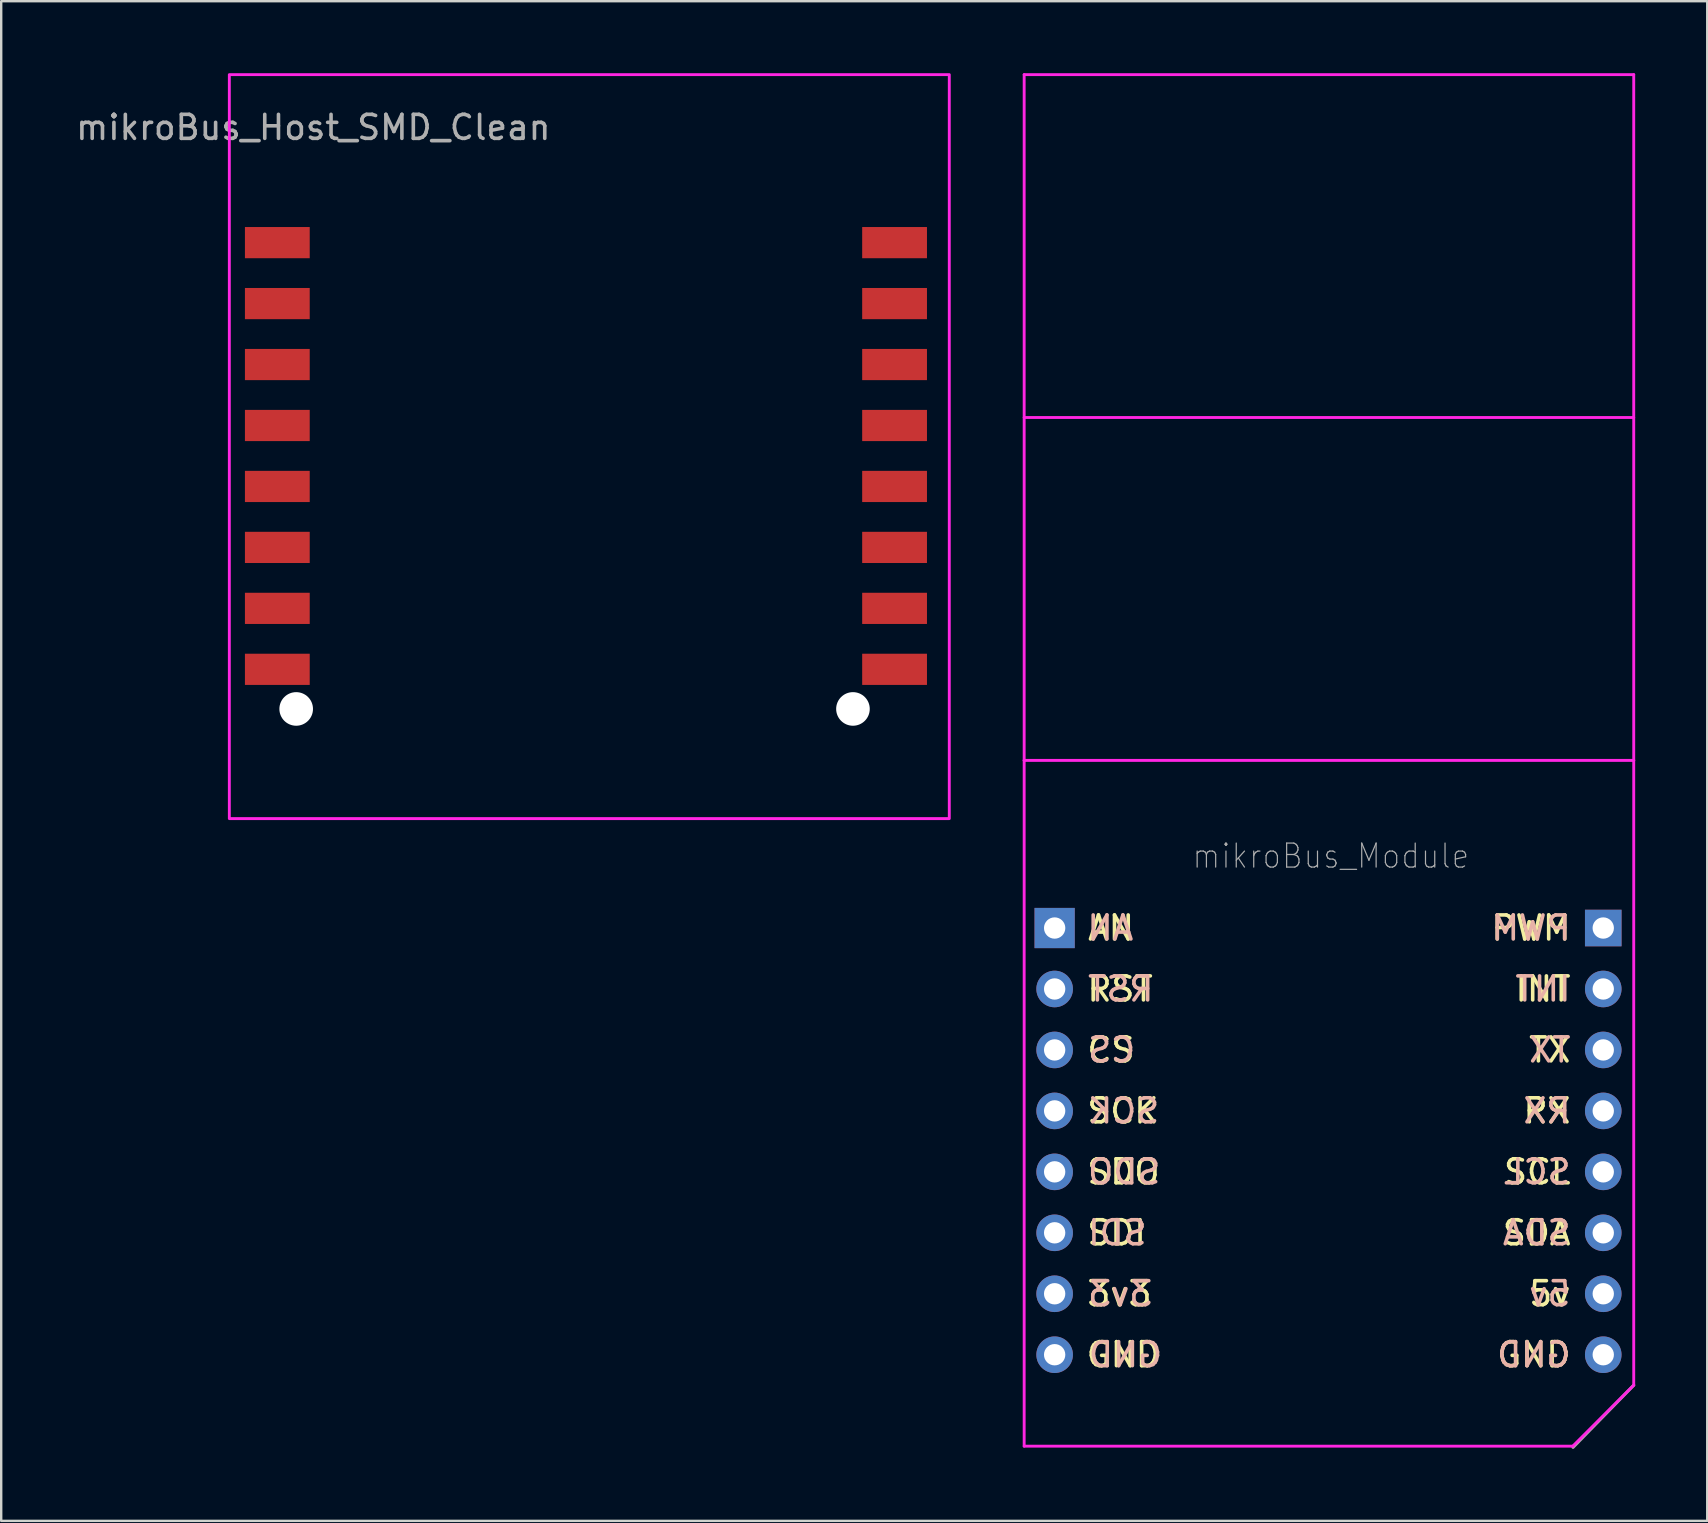
<source format=kicad_pcb>
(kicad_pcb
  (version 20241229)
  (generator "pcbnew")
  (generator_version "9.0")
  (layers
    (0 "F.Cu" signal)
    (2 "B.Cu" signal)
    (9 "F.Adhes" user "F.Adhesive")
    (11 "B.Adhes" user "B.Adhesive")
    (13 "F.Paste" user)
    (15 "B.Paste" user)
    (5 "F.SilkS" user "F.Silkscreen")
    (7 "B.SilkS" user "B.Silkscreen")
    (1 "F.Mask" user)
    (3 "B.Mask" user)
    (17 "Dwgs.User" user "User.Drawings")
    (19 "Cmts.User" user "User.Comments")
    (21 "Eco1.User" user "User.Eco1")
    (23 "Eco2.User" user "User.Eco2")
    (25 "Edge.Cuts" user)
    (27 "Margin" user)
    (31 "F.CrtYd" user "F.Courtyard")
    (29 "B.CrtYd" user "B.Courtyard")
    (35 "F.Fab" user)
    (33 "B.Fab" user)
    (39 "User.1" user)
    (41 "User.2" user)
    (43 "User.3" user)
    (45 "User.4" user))
  (footprint "mikroBus_Host_SMD_Clean"
    (layer "F.Cu")
    (at 8.506 7.06)
    (property "Reference" "mikroBus_Host_SMD_Clean" (at 1.5 -4.8 0) (layer "F.Fab") (effects (font (size 1 1) (thickness 0.15))))
    (attr smd)
    (fp_rect (start -2 -7) (end 28 24) (stroke (width 0.12) (type solid)) (fill no) (layer "F.CrtYd"))
    (pad "" np_thru_hole circle (at 0.786 19.431) (size 1.4 1.4) (drill 1.4) (layers "*.Cu" "*.Mask"))
    (pad "" np_thru_hole circle (at 23.986 19.431) (size 1.4 1.4) (drill 1.4) (layers "*.Cu" "*.Mask"))
    (pad "1" smd rect (at 0 0) (size 2.7 1.3) (layers "F.Cu" "F.Mask" "F.Paste"))
    (pad "2" smd rect (at 0 2.54) (size 2.7 1.3) (layers "F.Cu" "F.Mask" "F.Paste"))
    (pad "3" smd rect (at 0 5.08) (size 2.7 1.3) (layers "F.Cu" "F.Mask" "F.Paste"))
    (pad "4" smd rect (at 0 7.62) (size 2.7 1.3) (layers "F.Cu" "F.Mask" "F.Paste"))
    (pad "5" smd rect (at 0 10.16) (size 2.7 1.3) (layers "F.Cu" "F.Mask" "F.Paste"))
    (pad "6" smd rect (at 0 12.7) (size 2.7 1.3) (layers "F.Cu" "F.Mask" "F.Paste"))
    (pad "7" smd rect (at 0 15.24) (size 2.7 1.3) (layers "F.Cu" "F.Mask" "F.Paste"))
    (pad "8" smd rect (at 0 17.78) (size 2.7 1.3) (layers "F.Cu" "F.Mask" "F.Paste"))
    (pad "9" smd rect (at 25.72 17.78) (size 2.7 1.3) (layers "F.Cu" "F.Mask" "F.Paste"))
    (pad "10" smd rect (at 25.72 15.24) (size 2.7 1.3) (layers "F.Cu" "F.Mask" "F.Paste"))
    (pad "11" smd rect (at 25.72 12.7) (size 2.7 1.3) (layers "F.Cu" "F.Mask" "F.Paste"))
    (pad "12" smd rect (at 25.72 10.16) (size 2.7 1.3) (layers "F.Cu" "F.Mask" "F.Paste"))
    (pad "13" smd rect (at 25.72 7.62) (size 2.7 1.3) (layers "F.Cu" "F.Mask" "F.Paste"))
    (pad "14" smd rect (at 25.72 5.08) (size 2.7 1.3) (layers "F.Cu" "F.Mask" "F.Paste"))
    (pad "15" smd rect (at 25.72 2.54) (size 2.7 1.3) (layers "F.Cu" "F.Mask" "F.Paste"))
    (pad "16" smd rect (at 25.72 0) (size 2.7 1.3) (layers "F.Cu" "F.Mask" "F.Paste")))
  (footprint "mikroBus_Module"
    (layer "F.Cu")
    (at 40.896 35.62)
    (property "Reference" "mikroBus_Module" (at 11.51 -3 0) (layer "F.Fab") (effects (font (size 1 0.9) (thickness 0.05))))
    (attr through_hole)
    (fp_line (start -1.27 -35.56) (end -1.27 -6.985) (stroke (width 0.12) (type solid)) (layer "F.CrtYd"))
    (fp_line (start -1.27 -35.56) (end 24.13 -35.56) (stroke (width 0.12) (type solid)) (layer "F.CrtYd"))
    (fp_line (start -1.27 -21.273) (end 24.13 -21.273) (stroke (width 0.12) (type solid)) (layer "F.CrtYd"))
    (fp_line (start -1.27 -6.985) (end 24.13 -6.985) (stroke (width 0.12) (type solid)) (layer "F.CrtYd"))
    (fp_line (start -1.27 21.59) (end -1.27 -6.985) (stroke (width 0.12) (type solid)) (layer "F.CrtYd"))
    (fp_line (start 21.59 21.59) (end -1.27 21.59) (stroke (width 0.12) (type solid)) (layer "F.CrtYd"))
    (fp_line (start 24.13 -35.56) (end 24.13 -6.985) (stroke (width 0.12) (type solid)) (layer "F.CrtYd"))
    (fp_line (start 24.13 -6.985) (end 24.13 19.05) (stroke (width 0.12) (type solid)) (layer "F.CrtYd"))
    (fp_line (start 24.13 19.05) (end 21.59 21.59) (stroke (width 0.12) (type solid)) (layer "F.CrtYd"))
    (fp_line (start 24.13 19.05) (end 21.6 21.64) (stroke (width 0.127) (type solid)) (layer "F.Fab"))
    (fp_text user "RX" (at 21.59 7.62 0) (layer "F.SilkS") (effects (font (size 1 1) (thickness 0.15)) (justify right)))
    (fp_text user "GND" (at 1.24 17.78 0) (layer "F.SilkS") (effects (font (size 1 1) (thickness 0.15)) (justify left)))
    (fp_text user "SCL" (at 21.59 10.16 0) (layer "F.SilkS") (effects (font (size 1 1) (thickness 0.15)) (justify right)))
    (fp_text user "SDA" (at 21.59 12.7 0) (layer "F.SilkS") (effects (font (size 1 1) (thickness 0.15)) (justify right)))
    (fp_text user "PWM" (at 21.59 0 0) (layer "F.SilkS") (effects (font (size 1 1) (thickness 0.15)) (justify right)))
    (fp_text user "GND" (at 21.59 17.78 0) (layer "F.SilkS") (effects (font (size 1 1) (thickness 0.15)) (justify right)))
    (fp_text user "SDO" (at 1.27 10.16 0) (layer "F.SilkS") (effects (font (size 1 1) (thickness 0.15)) (justify left)))
    (fp_text user "TX" (at 21.59 5.08 0) (layer "F.SilkS") (effects (font (size 1 1) (thickness 0.15)) (justify right)))
    (fp_text user "RST" (at 1.27 2.54 0) (layer "F.SilkS") (effects (font (size 1 1) (thickness 0.15)) (justify left)))
    (fp_text user "SCK" (at 1.27 7.62 0) (layer "F.SilkS") (effects (font (size 1 1) (thickness 0.15)) (justify left)))
    (fp_text user "3v3" (at 1.27 15.24 0) (layer "F.SilkS") (effects (font (size 1 1) (thickness 0.15)) (justify left)))
    (fp_text user "INT" (at 21.59 2.54 0) (layer "F.SilkS") (effects (font (size 1 1) (thickness 0.15)) (justify right)))
    (fp_text user "SDI" (at 1.27 12.7 0) (layer "F.SilkS") (effects (font (size 1 1) (thickness 0.15)) (justify left)))
    (fp_text user "CS" (at 1.27 5.08 0) (layer "F.SilkS") (effects (font (size 1 1) (thickness 0.15)) (justify left)))
    (fp_text user "AN" (at 1.3 0 0) (layer "F.SilkS") (effects (font (size 1 1) (thickness 0.15)) (justify left)))
    (fp_text user "5v" (at 21.59 15.24 0) (layer "F.SilkS") (effects (font (size 1 1) (thickness 0.15)) (justify right)))
    (fp_text user "5v" (at 21.59 15.24 0) (layer "B.SilkS") (effects (font (size 1 1) (thickness 0.15)) (justify left mirror)))
    (fp_text user "SDO" (at 1.3 10.16 0) (layer "B.SilkS") (effects (font (size 1 1) (thickness 0.15)) (justify right mirror)))
    (fp_text user "PWM" (at 21.59 0 0) (layer "B.SilkS") (effects (font (size 1 1) (thickness 0.15)) (justify left mirror)))
    (fp_text user "TX" (at 21.59 5.08 0) (layer "B.SilkS") (effects (font (size 1 1) (thickness 0.15)) (justify left mirror)))
    (fp_text user "RST" (at 1.3 2.54 0) (layer "B.SilkS") (effects (font (size 1 1) (thickness 0.15)) (justify right mirror)))
    (fp_text user "RX" (at 21.59 7.62 0) (layer "B.SilkS") (effects (font (size 1 1) (thickness 0.15)) (justify left mirror)))
    (fp_text user "GND" (at 1.33 17.78 0) (layer "B.SilkS") (effects (font (size 1 1) (thickness 0.15)) (justify right mirror)))
    (fp_text user "3v3" (at 1.3 15.24 0) (layer "B.SilkS") (effects (font (size 1 1) (thickness 0.15)) (justify right mirror)))
    (fp_text user "SCL" (at 21.59 10.16 0) (layer "B.SilkS") (effects (font (size 1 1) (thickness 0.15)) (justify left mirror)))
    (fp_text user "GND" (at 21.59 17.78 0) (layer "B.SilkS") (effects (font (size 1 1) (thickness 0.15)) (justify left mirror)))
    (fp_text user "SCK" (at 1.3 7.62 0) (layer "B.SilkS") (effects (font (size 1 1) (thickness 0.15)) (justify right mirror)))
    (fp_text user "AN" (at 1.27 0 0) (layer "B.SilkS") (effects (font (size 1 1) (thickness 0.15)) (justify right mirror)))
    (fp_text user "SDI" (at 1.3 12.7 0) (layer "B.SilkS") (effects (font (size 1 1) (thickness 0.15)) (justify right mirror)))
    (fp_text user "CS" (at 1.3 5.08 0) (layer "B.SilkS") (effects (font (size 1 1) (thickness 0.15)) (justify right mirror)))
    (fp_text user "SDA" (at 21.59 12.7 0) (layer "B.SilkS") (effects (font (size 1 1) (thickness 0.15)) (justify left mirror)))
    (fp_text user "INT" (at 21.59 2.54 0) (layer "B.SilkS") (effects (font (size 1 1) (thickness 0.15)) (justify left mirror)))
    (pad "P1" thru_hole rect (at 0 0) (size 1.676 1.676) (drill 0.889) (layers "*.Cu" "*.Mask"))
    (pad "P2" thru_hole circle (at 0 2.54) (size 1.524 1.524) (drill 0.889) (layers "*.Cu" "*.Mask"))
    (pad "P3" thru_hole circle (at 0 5.08) (size 1.524 1.524) (drill 0.889) (layers "*.Cu" "*.Mask"))
    (pad "P4" thru_hole circle (at 0 7.62) (size 1.524 1.524) (drill 0.889) (layers "*.Cu" "*.Mask"))
    (pad "P5" thru_hole circle (at 0 10.16) (size 1.524 1.524) (drill 0.889) (layers "*.Cu" "*.Mask"))
    (pad "P6" thru_hole circle (at 0 12.7) (size 1.524 1.524) (drill 0.889) (layers "*.Cu" "*.Mask"))
    (pad "P7" thru_hole circle (at 0 15.24) (size 1.524 1.524) (drill 0.889) (layers "*.Cu" "*.Mask"))
    (pad "P8" thru_hole circle (at 0 17.78) (size 1.524 1.524) (drill 0.889) (layers "*.Cu" "*.Mask"))
    (pad "P9" thru_hole circle (at 22.86 17.78) (size 1.524 1.524) (drill 0.889) (layers "*.Cu" "*.Mask"))
    (pad "P10" thru_hole circle (at 22.86 15.24) (size 1.524 1.524) (drill 0.889) (layers "*.Cu" "*.Mask"))
    (pad "P11" thru_hole circle (at 22.86 12.7) (size 1.524 1.524) (drill 0.889) (layers "*.Cu" "*.Mask"))
    (pad "P12" thru_hole circle (at 22.86 10.16) (size 1.524 1.524) (drill 0.889) (layers "*.Cu" "*.Mask"))
    (pad "P13" thru_hole circle (at 22.86 7.62) (size 1.524 1.524) (drill 0.889) (layers "*.Cu" "*.Mask"))
    (pad "P14" thru_hole circle (at 22.86 5.08) (size 1.524 1.524) (drill 0.889) (layers "*.Cu" "*.Mask"))
    (pad "P15" thru_hole circle (at 22.86 2.54) (size 1.524 1.524) (drill 0.889) (layers "*.Cu" "*.Mask"))
    (pad "P16" thru_hole rect (at 22.86 0) (size 1.524 1.524) (drill 0.889) (layers "*.Cu" "*.Mask")))
  (gr_rect
    (start -3 -3)
    (end 68.089 60.324)
    (stroke (width 0.1) (type default))
    (fill no)
    (layer "Edge.Cuts")))
</source>
